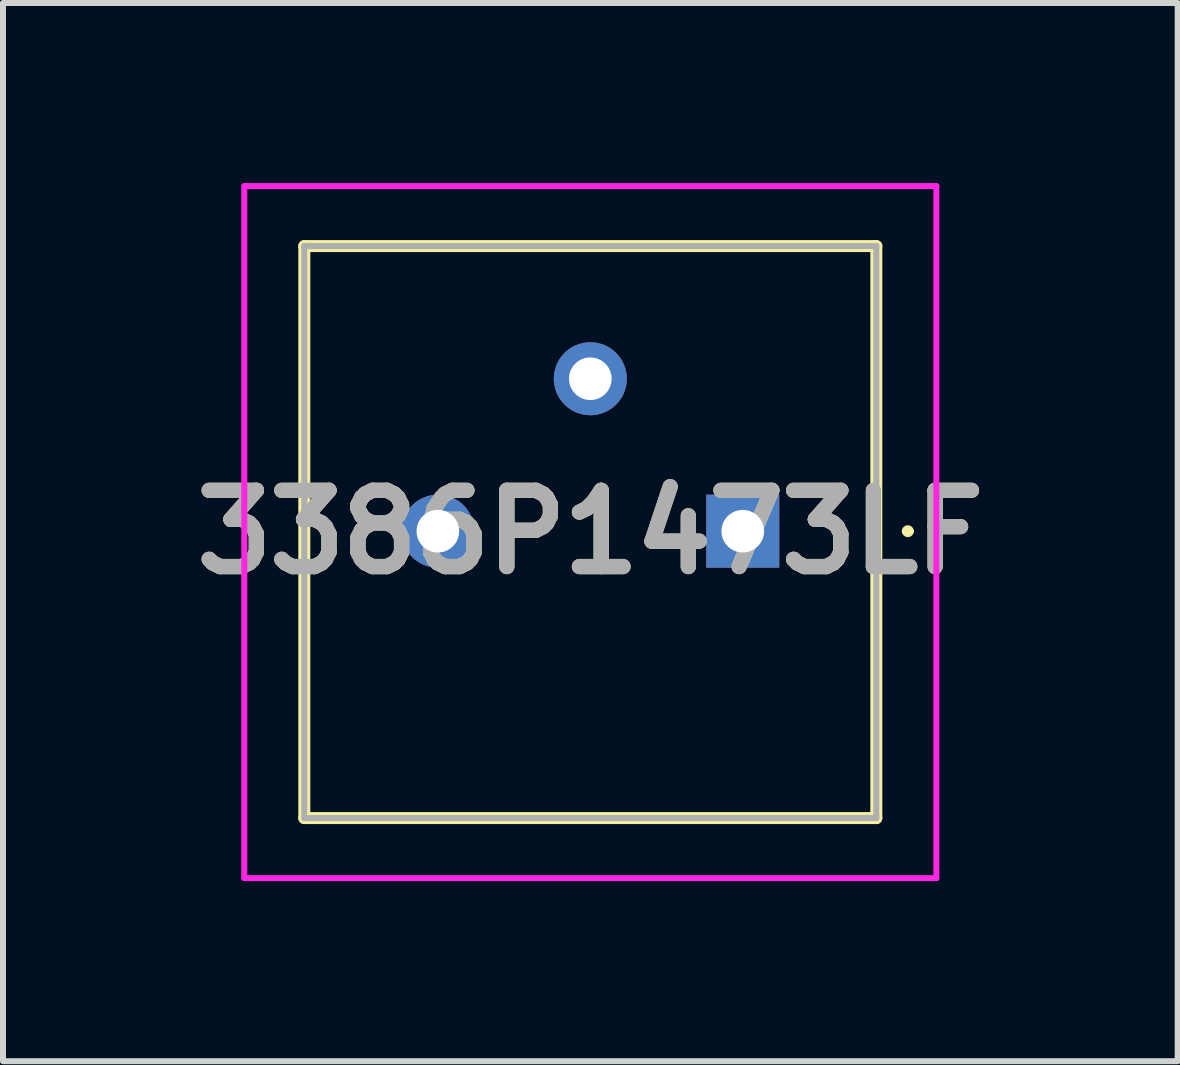
<source format=kicad_pcb>
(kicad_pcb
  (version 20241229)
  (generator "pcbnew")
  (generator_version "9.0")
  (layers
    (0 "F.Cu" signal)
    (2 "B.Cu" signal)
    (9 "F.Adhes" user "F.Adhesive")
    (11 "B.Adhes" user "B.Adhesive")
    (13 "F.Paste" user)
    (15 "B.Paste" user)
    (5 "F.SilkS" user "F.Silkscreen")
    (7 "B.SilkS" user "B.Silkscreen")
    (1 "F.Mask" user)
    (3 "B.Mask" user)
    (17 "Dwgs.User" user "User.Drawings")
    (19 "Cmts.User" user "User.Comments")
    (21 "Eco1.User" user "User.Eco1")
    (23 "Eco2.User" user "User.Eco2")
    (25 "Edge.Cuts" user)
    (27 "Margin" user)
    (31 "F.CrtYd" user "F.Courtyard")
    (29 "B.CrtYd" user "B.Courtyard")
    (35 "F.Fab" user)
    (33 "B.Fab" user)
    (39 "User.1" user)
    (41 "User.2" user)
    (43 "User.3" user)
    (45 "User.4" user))
  (footprint "3386P1473LF"
    (layer "F.Cu")
    (at 9.325 5.8)
    (property "Reference" "3386P1473LF" (at -2.54 0.015 0) (layer "F.SilkS") (effects (font (size 1.27 1.27) (thickness 0.254))))
    (attr through_hole)
    (fp_line (start -7.305 -4.75) (end -7.305 4.78) (stroke (width 0.2) (type solid)) (layer "F.SilkS"))
    (fp_line (start -7.305 4.78) (end 2.225 4.78) (stroke (width 0.2) (type solid)) (layer "F.SilkS"))
    (fp_line (start 2.225 -4.75) (end -7.305 -4.75) (stroke (width 0.2) (type solid)) (layer "F.SilkS"))
    (fp_line (start 2.225 4.78) (end 2.225 -4.75) (stroke (width 0.2) (type solid)) (layer "F.SilkS"))
    (fp_line (start 2.7 0) (end 2.7 0) (stroke (width 0.1) (type solid)) (layer "F.SilkS"))
    (fp_line (start 2.8 0) (end 2.8 0) (stroke (width 0.1) (type solid)) (layer "F.SilkS"))
    (fp_arc (start 2.7 0) (mid 2.75 -0.05) (end 2.8 0) (stroke (width 0.1) (type solid)) (layer "F.SilkS"))
    (fp_arc (start 2.8 0) (mid 2.75 0.05) (end 2.7 0) (stroke (width 0.1) (type solid)) (layer "F.SilkS"))
    (fp_line (start -8.305 -5.75) (end -8.305 5.78) (stroke (width 0.1) (type solid)) (layer "F.CrtYd"))
    (fp_line (start -8.305 5.78) (end 3.225 5.78) (stroke (width 0.1) (type solid)) (layer "F.CrtYd"))
    (fp_line (start 3.225 -5.75) (end -8.305 -5.75) (stroke (width 0.1) (type solid)) (layer "F.CrtYd"))
    (fp_line (start 3.225 5.78) (end 3.225 -5.75) (stroke (width 0.1) (type solid)) (layer "F.CrtYd"))
    (fp_line (start -7.305 -4.75) (end 2.225 -4.75) (stroke (width 0.1) (type solid)) (layer "F.Fab"))
    (fp_line (start -7.305 4.78) (end -7.305 -4.75) (stroke (width 0.1) (type solid)) (layer "F.Fab"))
    (fp_line (start 2.225 -4.75) (end 2.225 4.78) (stroke (width 0.1) (type solid)) (layer "F.Fab"))
    (fp_line (start 2.225 4.78) (end -7.305 4.78) (stroke (width 0.1) (type solid)) (layer "F.Fab"))
    (fp_text user "${REFERENCE}" (at -2.54 0.015 0) (layer "F.Fab") (effects (font (size 1.27 1.27) (thickness 0.254))))
    (pad "1" thru_hole rect (at 0 0) (size 1.217 1.217) (drill 0.71) (layers "*.Cu" "*.Mask"))
    (pad "2" thru_hole circle (at -2.54 -2.54) (size 1.217 1.217) (drill 0.71) (layers "*.Cu" "*.Mask"))
    (pad "3" thru_hole circle (at -5.08 0) (size 1.217 1.217) (drill 0.71) (layers "*.Cu" "*.Mask")))
  (gr_rect
    (start -3 -3)
    (end 16.571 14.63)
    (stroke (width 0.1) (type default))
    (fill no)
    (layer "Edge.Cuts")))
</source>
